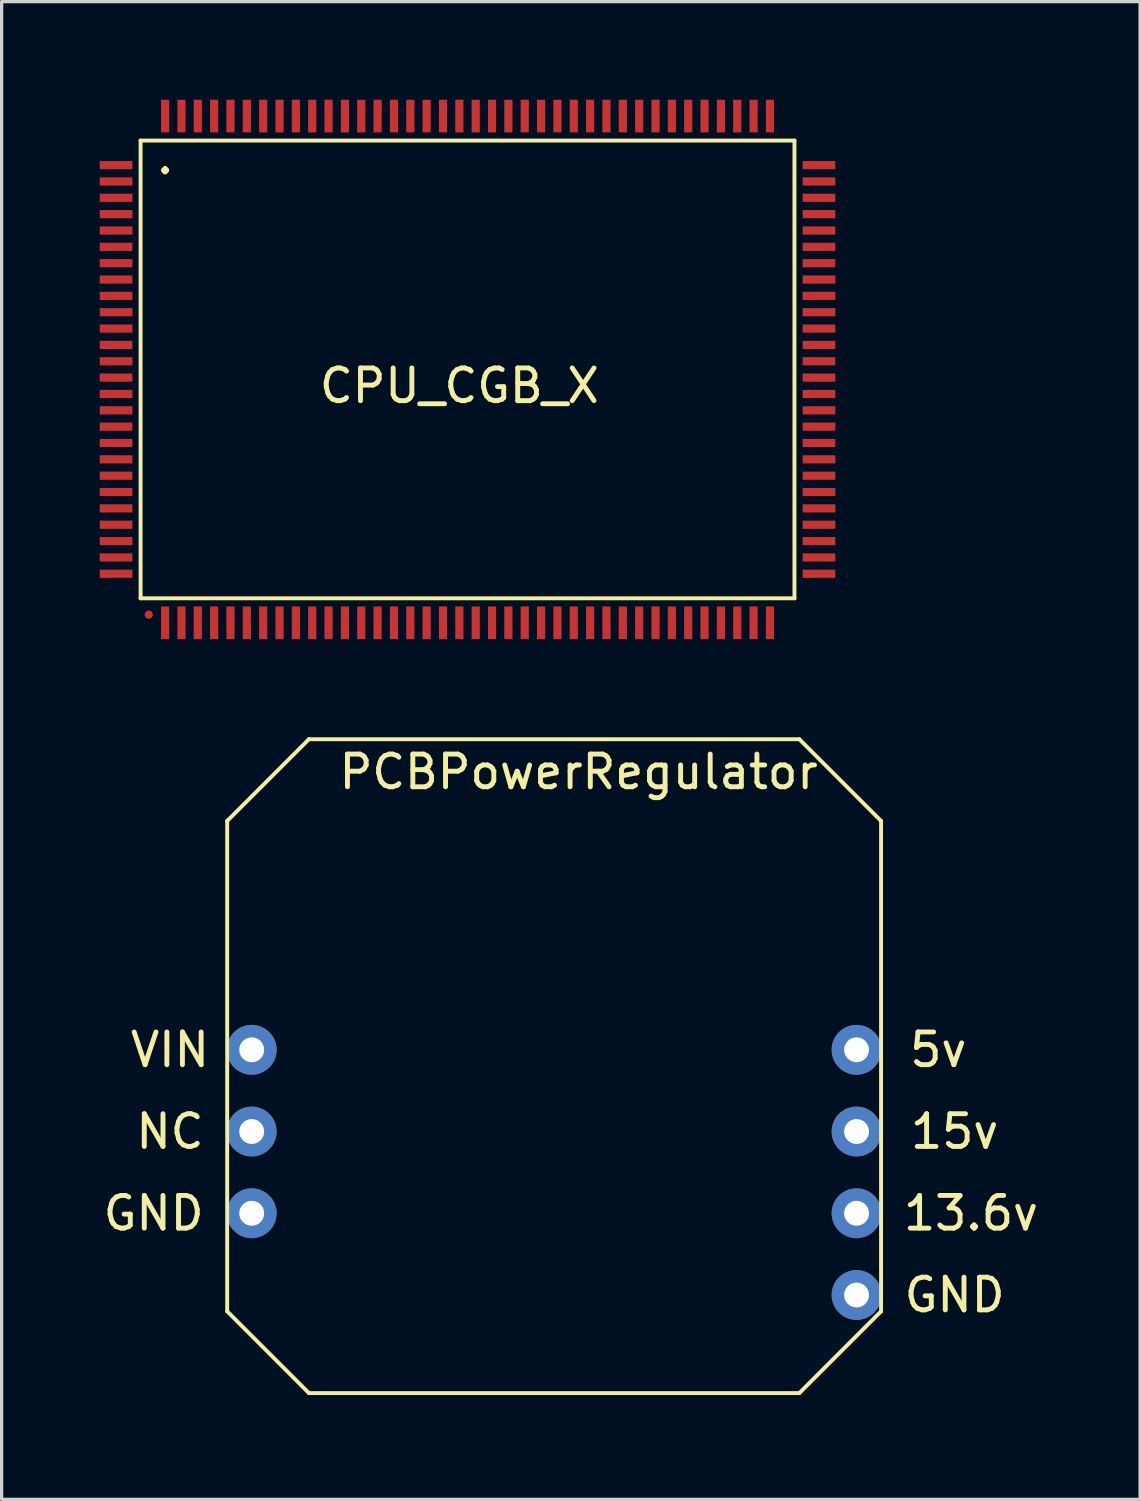
<source format=kicad_pcb>
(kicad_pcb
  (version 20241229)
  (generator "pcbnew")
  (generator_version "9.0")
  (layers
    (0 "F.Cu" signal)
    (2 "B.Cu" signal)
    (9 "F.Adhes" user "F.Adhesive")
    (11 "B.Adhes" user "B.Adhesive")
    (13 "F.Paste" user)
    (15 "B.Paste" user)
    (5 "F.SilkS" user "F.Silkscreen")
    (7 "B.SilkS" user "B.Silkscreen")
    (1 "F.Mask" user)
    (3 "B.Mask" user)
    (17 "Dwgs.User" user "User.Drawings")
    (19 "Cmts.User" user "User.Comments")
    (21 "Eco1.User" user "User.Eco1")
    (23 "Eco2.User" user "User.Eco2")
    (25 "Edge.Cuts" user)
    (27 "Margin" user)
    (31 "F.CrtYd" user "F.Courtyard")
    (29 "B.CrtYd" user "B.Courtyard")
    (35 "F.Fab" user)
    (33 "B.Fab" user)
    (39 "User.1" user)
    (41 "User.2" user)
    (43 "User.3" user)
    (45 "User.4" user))
  (footprint "PCBPowerRegulator"
    (layer "F.Cu")
    (at 4.149 39.56)
    (property "Reference" "PCBPowerRegulator" (at 10.5 -19 0) (layer "F.SilkS") (effects (font (size 1 1) (thickness 0.15))))
    (attr through_hole)
    (fp_line (start -0.25 -17.5) (end -0.25 -2.5) (stroke (width 0.12) (type solid)) (layer "F.SilkS"))
    (fp_line (start -0.25 -17.5) (end 2.25 -20) (stroke (width 0.12) (type solid)) (layer "F.SilkS"))
    (fp_line (start 2.25 0) (end -0.25 -2.5) (stroke (width 0.12) (type solid)) (layer "F.SilkS"))
    (fp_line (start 17.25 -20) (end 2.25 -20) (stroke (width 0.12) (type solid)) (layer "F.SilkS"))
    (fp_line (start 17.25 -20) (end 19.75 -17.5) (stroke (width 0.12) (type solid)) (layer "F.SilkS"))
    (fp_line (start 17.25 0) (end 2.25 0) (stroke (width 0.12) (type solid)) (layer "F.SilkS"))
    (fp_line (start 17.25 0) (end 19.75 -2.5) (stroke (width 0.12) (type solid)) (layer "F.SilkS"))
    (fp_line (start 19.75 -17.5) (end 19.75 -2.5) (stroke (width 0.12) (type solid)) (layer "F.SilkS"))
    (fp_text user "NC" (at -2 -8 0) (layer "F.SilkS") (effects (font (size 1 1) (thickness 0.15))))
    (fp_text user "GND" (at 22 -3 0) (layer "F.SilkS") (effects (font (size 1 1) (thickness 0.15))))
    (fp_text user "13.6v" (at 22.5 -5.5 0) (layer "F.SilkS") (effects (font (size 1 1) (thickness 0.15))))
    (fp_text user "GND" (at -2.5 -5.5 0) (layer "F.SilkS") (effects (font (size 1 1) (thickness 0.15))))
    (fp_text user "5v" (at 21.5 -10.5 0) (layer "F.SilkS") (effects (font (size 1 1) (thickness 0.15))))
    (fp_text user "15v" (at 22 -8 0) (layer "F.SilkS") (effects (font (size 1 1) (thickness 0.15))))
    (fp_text user "VIN" (at -2 -10.5 0) (layer "F.SilkS") (effects (font (size 1 1) (thickness 0.15))))
    (pad "1" thru_hole circle (at 0.5 -10.5) (size 1.524 1.524) (drill 0.762) (layers "*.Cu" "*.Mask"))
    (pad "2" thru_hole circle (at 0.5 -8) (size 1.524 1.524) (drill 0.762) (layers "*.Cu" "*.Mask"))
    (pad "3" thru_hole circle (at 0.5 -5.5) (size 1.524 1.524) (drill 0.762) (layers "*.Cu" "*.Mask"))
    (pad "4" thru_hole circle (at 19 -3) (size 1.524 1.524) (drill 0.762) (layers "*.Cu" "*.Mask"))
    (pad "5" thru_hole circle (at 19 -5.5) (size 1.524 1.524) (drill 0.762) (layers "*.Cu" "*.Mask"))
    (pad "6" thru_hole circle (at 19 -8) (size 1.524 1.524) (drill 0.762) (layers "*.Cu" "*.Mask"))
    (pad "7" thru_hole circle (at 19 -10.5) (size 1.524 1.524) (drill 0.762) (layers "*.Cu" "*.Mask")))
  (footprint "CPU_CGB_X"
    (layer "F.Cu")
    (at 1.25 1.25)
    (property "Reference" "CPU_CGB_X" (at 9.75 7.5 0) (layer "F.SilkS") (effects (font (size 1 1) (thickness 0.15))))
    (attr through_hole)
    (fp_line (start 0 0) (end 0 14) (stroke (width 0.12) (type solid)) (layer "F.SilkS"))
    (fp_line (start 0 0) (end 20 0) (stroke (width 0.12) (type solid)) (layer "F.SilkS"))
    (fp_line (start 20 0) (end 20 14) (stroke (width 0.12) (type solid)) (layer "F.SilkS"))
    (fp_line (start 20 14) (end 0 14) (stroke (width 0.12) (type solid)) (layer "F.SilkS"))
    (fp_text user "." (at 0.75 0.5 0) (layer "F.SilkS") (effects (font (size 1 1) (thickness 0.15))))
    (pad "0" smd circle (at 0.25 14.5) (size 0.25 0.25) (layers "F.Cu" "F.Paste"))
    (pad "1" smd rect (at 0.75 14.75 90) (size 1 0.25) (layers "F.Cu" "F.Paste"))
    (pad "2" smd rect (at 1.25 14.75 90) (size 1 0.25) (layers "F.Cu" "F.Paste"))
    (pad "3" smd rect (at 1.75 14.75 90) (size 1 0.25) (layers "F.Cu" "F.Paste"))
    (pad "4" smd rect (at 2.25 14.75 90) (size 1 0.25) (layers "F.Cu" "F.Paste"))
    (pad "5" smd rect (at 2.75 14.75 90) (size 1 0.25) (layers "F.Cu" "F.Paste"))
    (pad "6" smd rect (at 3.25 14.75 90) (size 1 0.25) (layers "F.Cu" "F.Paste"))
    (pad "7" smd rect (at 3.75 14.75 90) (size 1 0.25) (layers "F.Cu" "F.Paste"))
    (pad "8" smd rect (at 4.25 14.75 90) (size 1 0.25) (layers "F.Cu" "F.Paste"))
    (pad "9" smd rect (at 4.75 14.75 90) (size 1 0.25) (layers "F.Cu" "F.Paste"))
    (pad "10" smd rect (at 5.25 14.75 90) (size 1 0.25) (layers "F.Cu" "F.Paste"))
    (pad "11" smd rect (at 5.75 14.75 90) (size 1 0.25) (layers "F.Cu" "F.Paste"))
    (pad "12" smd rect (at 6.25 14.75 90) (size 1 0.25) (layers "F.Cu" "F.Paste"))
    (pad "13" smd rect (at 6.75 14.75 90) (size 1 0.25) (layers "F.Cu" "F.Paste"))
    (pad "14" smd rect (at 7.25 14.75 90) (size 1 0.25) (layers "F.Cu" "F.Paste"))
    (pad "15" smd rect (at 7.75 14.75 90) (size 1 0.25) (layers "F.Cu" "F.Paste"))
    (pad "16" smd rect (at 8.25 14.75 90) (size 1 0.25) (layers "F.Cu" "F.Paste"))
    (pad "17" smd rect (at 8.75 14.75 90) (size 1 0.25) (layers "F.Cu" "F.Paste"))
    (pad "18" smd rect (at 9.25 14.75 90) (size 1 0.25) (layers "F.Cu" "F.Paste"))
    (pad "19" smd rect (at 9.75 14.75 90) (size 1 0.25) (layers "F.Cu" "F.Paste"))
    (pad "20" smd rect (at 10.25 14.75 90) (size 1 0.25) (layers "F.Cu" "F.Paste"))
    (pad "21" smd rect (at 10.75 14.75 90) (size 1 0.25) (layers "F.Cu" "F.Paste"))
    (pad "22" smd rect (at 11.25 14.75 90) (size 1 0.25) (layers "F.Cu" "F.Paste"))
    (pad "23" smd rect (at 11.75 14.75 90) (size 1 0.25) (layers "F.Cu" "F.Paste"))
    (pad "24" smd rect (at 12.25 14.75 90) (size 1 0.25) (layers "F.Cu" "F.Paste"))
    (pad "25" smd rect (at 12.75 14.75 90) (size 1 0.25) (layers "F.Cu" "F.Paste"))
    (pad "26" smd rect (at 13.25 14.75 90) (size 1 0.25) (layers "F.Cu" "F.Paste"))
    (pad "27" smd rect (at 13.75 14.75 90) (size 1 0.25) (layers "F.Cu" "F.Paste"))
    (pad "28" smd rect (at 14.25 14.75 90) (size 1 0.25) (layers "F.Cu" "F.Paste"))
    (pad "29" smd rect (at 14.75 14.75 90) (size 1 0.25) (layers "F.Cu" "F.Paste"))
    (pad "30" smd rect (at 15.25 14.75 90) (size 1 0.25) (layers "F.Cu" "F.Paste"))
    (pad "31" smd rect (at 15.75 14.75 90) (size 1 0.25) (layers "F.Cu" "F.Paste"))
    (pad "32" smd rect (at 16.25 14.75 90) (size 1 0.25) (layers "F.Cu" "F.Paste"))
    (pad "33" smd rect (at 16.75 14.75 90) (size 1 0.25) (layers "F.Cu" "F.Paste"))
    (pad "34" smd rect (at 17.25 14.75 90) (size 1 0.25) (layers "F.Cu" "F.Paste"))
    (pad "35" smd rect (at 17.75 14.75 90) (size 1 0.25) (layers "F.Cu" "F.Paste"))
    (pad "36" smd rect (at 18.25 14.75 90) (size 1 0.25) (layers "F.Cu" "F.Paste"))
    (pad "37" smd rect (at 18.75 14.75 90) (size 1 0.25) (layers "F.Cu" "F.Paste"))
    (pad "38" smd rect (at 19.25 14.75 90) (size 1 0.25) (layers "F.Cu" "F.Paste"))
    (pad "39" smd rect (at 20.75 13.25 180) (size 1 0.25) (layers "F.Cu" "F.Paste"))
    (pad "40" smd rect (at 20.75 12.75 180) (size 1 0.25) (layers "F.Cu" "F.Paste"))
    (pad "41" smd rect (at 20.75 12.25 180) (size 1 0.25) (layers "F.Cu" "F.Paste"))
    (pad "42" smd rect (at 20.75 11.75 180) (size 1 0.25) (layers "F.Cu" "F.Paste"))
    (pad "43" smd rect (at 20.75 11.25 180) (size 1 0.25) (layers "F.Cu" "F.Paste"))
    (pad "44" smd rect (at 20.75 10.75 180) (size 1 0.25) (layers "F.Cu" "F.Paste"))
    (pad "45" smd rect (at 20.75 10.25 180) (size 1 0.25) (layers "F.Cu" "F.Paste"))
    (pad "46" smd rect (at 20.75 9.75 180) (size 1 0.25) (layers "F.Cu" "F.Paste"))
    (pad "47" smd rect (at 20.75 9.25 180) (size 1 0.25) (layers "F.Cu" "F.Paste"))
    (pad "48" smd rect (at 20.75 8.75 180) (size 1 0.25) (layers "F.Cu" "F.Paste"))
    (pad "49" smd rect (at 20.75 8.25 180) (size 1 0.25) (layers "F.Cu" "F.Paste"))
    (pad "50" smd rect (at 20.75 7.75 180) (size 1 0.25) (layers "F.Cu" "F.Paste"))
    (pad "51" smd rect (at 20.75 7.25 180) (size 1 0.25) (layers "F.Cu" "F.Paste"))
    (pad "52" smd rect (at 20.75 6.75 180) (size 1 0.25) (layers "F.Cu" "F.Paste"))
    (pad "53" smd rect (at 20.75 6.25 180) (size 1 0.25) (layers "F.Cu" "F.Paste"))
    (pad "54" smd rect (at 20.75 5.75 180) (size 1 0.25) (layers "F.Cu" "F.Paste"))
    (pad "55" smd rect (at 20.75 5.25 180) (size 1 0.25) (layers "F.Cu" "F.Paste"))
    (pad "56" smd rect (at 20.75 4.75 180) (size 1 0.25) (layers "F.Cu" "F.Paste"))
    (pad "57" smd rect (at 20.75 4.25 180) (size 1 0.25) (layers "F.Cu" "F.Paste"))
    (pad "58" smd rect (at 20.75 3.75 180) (size 1 0.25) (layers "F.Cu" "F.Paste"))
    (pad "59" smd rect (at 20.75 3.25 180) (size 1 0.25) (layers "F.Cu" "F.Paste"))
    (pad "60" smd rect (at 20.75 2.75 180) (size 1 0.25) (layers "F.Cu" "F.Paste"))
    (pad "61" smd rect (at 20.75 2.25 180) (size 1 0.25) (layers "F.Cu" "F.Paste"))
    (pad "62" smd rect (at 20.75 1.75 180) (size 1 0.25) (layers "F.Cu" "F.Paste"))
    (pad "63" smd rect (at 20.75 1.25 180) (size 1 0.25) (layers "F.Cu" "F.Paste"))
    (pad "64" smd rect (at 20.75 0.75 180) (size 1 0.25) (layers "F.Cu" "F.Paste"))
    (pad "65" smd rect (at 19.25 -0.75 270) (size 1 0.25) (layers "F.Cu" "F.Paste"))
    (pad "66" smd rect (at 18.75 -0.75 270) (size 1 0.25) (layers "F.Cu" "F.Paste"))
    (pad "67" smd rect (at 18.25 -0.75 270) (size 1 0.25) (layers "F.Cu" "F.Paste"))
    (pad "68" smd rect (at 17.75 -0.75 270) (size 1 0.25) (layers "F.Cu" "F.Paste"))
    (pad "69" smd rect (at 17.25 -0.75 270) (size 1 0.25) (layers "F.Cu" "F.Paste"))
    (pad "70" smd rect (at 16.75 -0.75 270) (size 1 0.25) (layers "F.Cu" "F.Paste"))
    (pad "71" smd rect (at 16.25 -0.75 270) (size 1 0.25) (layers "F.Cu" "F.Paste"))
    (pad "72" smd rect (at 15.75 -0.75 270) (size 1 0.25) (layers "F.Cu" "F.Paste"))
    (pad "73" smd rect (at 15.25 -0.75 270) (size 1 0.25) (layers "F.Cu" "F.Paste"))
    (pad "74" smd rect (at 14.75 -0.75 270) (size 1 0.25) (layers "F.Cu" "F.Paste"))
    (pad "75" smd rect (at 14.25 -0.75 270) (size 1 0.25) (layers "F.Cu" "F.Paste"))
    (pad "76" smd rect (at 13.75 -0.75 270) (size 1 0.25) (layers "F.Cu" "F.Paste"))
    (pad "77" smd rect (at 13.25 -0.75 270) (size 1 0.25) (layers "F.Cu" "F.Paste"))
    (pad "78" smd rect (at 12.75 -0.75 270) (size 1 0.25) (layers "F.Cu" "F.Paste"))
    (pad "79" smd rect (at 12.25 -0.75 270) (size 1 0.25) (layers "F.Cu" "F.Paste"))
    (pad "80" smd rect (at 11.75 -0.75 270) (size 1 0.25) (layers "F.Cu" "F.Paste"))
    (pad "81" smd rect (at 11.25 -0.75 270) (size 1 0.25) (layers "F.Cu" "F.Paste"))
    (pad "82" smd rect (at 10.75 -0.75 270) (size 1 0.25) (layers "F.Cu" "F.Paste"))
    (pad "83" smd rect (at 10.25 -0.75 270) (size 1 0.25) (layers "F.Cu" "F.Paste"))
    (pad "84" smd rect (at 9.75 -0.75 270) (size 1 0.25) (layers "F.Cu" "F.Paste"))
    (pad "85" smd rect (at 9.25 -0.75 270) (size 1 0.25) (layers "F.Cu" "F.Paste"))
    (pad "86" smd rect (at 8.75 -0.75 270) (size 1 0.25) (layers "F.Cu" "F.Paste"))
    (pad "87" smd rect (at 8.25 -0.75 270) (size 1 0.25) (layers "F.Cu" "F.Paste"))
    (pad "88" smd rect (at 7.75 -0.75 270) (size 1 0.25) (layers "F.Cu" "F.Paste"))
    (pad "89" smd rect (at 7.25 -0.75 270) (size 1 0.25) (layers "F.Cu" "F.Paste"))
    (pad "90" smd rect (at 6.75 -0.75 270) (size 1 0.25) (layers "F.Cu" "F.Paste"))
    (pad "91" smd rect (at 6.25 -0.75 270) (size 1 0.25) (layers "F.Cu" "F.Paste"))
    (pad "92" smd rect (at 5.75 -0.75 270) (size 1 0.25) (layers "F.Cu" "F.Paste"))
    (pad "93" smd rect (at 5.25 -0.75 270) (size 1 0.25) (layers "F.Cu" "F.Paste"))
    (pad "94" smd rect (at 4.75 -0.75 270) (size 1 0.25) (layers "F.Cu" "F.Paste"))
    (pad "95" smd rect (at 4.25 -0.75 270) (size 1 0.25) (layers "F.Cu" "F.Paste"))
    (pad "96" smd rect (at 3.75 -0.75 270) (size 1 0.25) (layers "F.Cu" "F.Paste"))
    (pad "97" smd rect (at 3.25 -0.75 270) (size 1 0.25) (layers "F.Cu" "F.Paste"))
    (pad "98" smd rect (at 2.75 -0.75 270) (size 1 0.25) (layers "F.Cu" "F.Paste"))
    (pad "99" smd rect (at 2.25 -0.75 270) (size 1 0.25) (layers "F.Cu" "F.Paste"))
    (pad "100" smd rect (at 1.75 -0.75 270) (size 1 0.25) (layers "F.Cu" "F.Paste"))
    (pad "101" smd rect (at 1.25 -0.75 270) (size 1 0.25) (layers "F.Cu" "F.Paste"))
    (pad "102" smd rect (at 0.75 -0.75 270) (size 1 0.25) (layers "F.Cu" "F.Paste"))
    (pad "103" smd rect (at -0.75 0.75) (size 1 0.25) (layers "F.Cu" "F.Paste"))
    (pad "104" smd rect (at -0.75 1.25) (size 1 0.25) (layers "F.Cu" "F.Paste"))
    (pad "105" smd rect (at -0.75 1.75) (size 1 0.25) (layers "F.Cu" "F.Paste"))
    (pad "106" smd rect (at -0.75 2.25) (size 1 0.25) (layers "F.Cu" "F.Paste"))
    (pad "107" smd rect (at -0.75 2.75) (size 1 0.25) (layers "F.Cu" "F.Paste"))
    (pad "108" smd rect (at -0.75 3.25) (size 1 0.25) (layers "F.Cu" "F.Paste"))
    (pad "109" smd rect (at -0.75 3.75) (size 1 0.25) (layers "F.Cu" "F.Paste"))
    (pad "110" smd rect (at -0.75 4.25) (size 1 0.25) (layers "F.Cu" "F.Paste"))
    (pad "111" smd rect (at -0.75 4.75) (size 1 0.25) (layers "F.Cu" "F.Paste"))
    (pad "112" smd rect (at -0.75 5.25) (size 1 0.25) (layers "F.Cu" "F.Paste"))
    (pad "113" smd rect (at -0.75 5.75) (size 1 0.25) (layers "F.Cu" "F.Paste"))
    (pad "114" smd rect (at -0.75 6.25) (size 1 0.25) (layers "F.Cu" "F.Paste"))
    (pad "115" smd rect (at -0.75 6.75) (size 1 0.25) (layers "F.Cu" "F.Paste"))
    (pad "116" smd rect (at -0.75 7.25) (size 1 0.25) (layers "F.Cu" "F.Paste"))
    (pad "117" smd rect (at -0.75 7.75) (size 1 0.25) (layers "F.Cu" "F.Paste"))
    (pad "118" smd rect (at -0.75 8.25) (size 1 0.25) (layers "F.Cu" "F.Paste"))
    (pad "119" smd rect (at -0.75 8.75) (size 1 0.25) (layers "F.Cu" "F.Paste"))
    (pad "120" smd rect (at -0.75 9.25) (size 1 0.25) (layers "F.Cu" "F.Paste"))
    (pad "121" smd rect (at -0.75 9.75) (size 1 0.25) (layers "F.Cu" "F.Paste"))
    (pad "122" smd rect (at -0.75 10.25) (size 1 0.25) (layers "F.Cu" "F.Paste"))
    (pad "123" smd rect (at -0.75 10.75) (size 1 0.25) (layers "F.Cu" "F.Paste"))
    (pad "124" smd rect (at -0.75 11.25) (size 1 0.25) (layers "F.Cu" "F.Paste"))
    (pad "125" smd rect (at -0.75 11.75) (size 1 0.25) (layers "F.Cu" "F.Paste"))
    (pad "126" smd rect (at -0.75 12.25) (size 1 0.25) (layers "F.Cu" "F.Paste"))
    (pad "127" smd rect (at -0.75 12.75) (size 1 0.25) (layers "F.Cu" "F.Paste"))
    (pad "128" smd rect (at -0.75 13.25) (size 1 0.25) (layers "F.Cu" "F.Paste")))
  (gr_rect
    (start -3 -3)
    (end 31.821 42.81)
    (stroke (width 0.1) (type default))
    (fill no)
    (layer "Edge.Cuts")))
</source>
